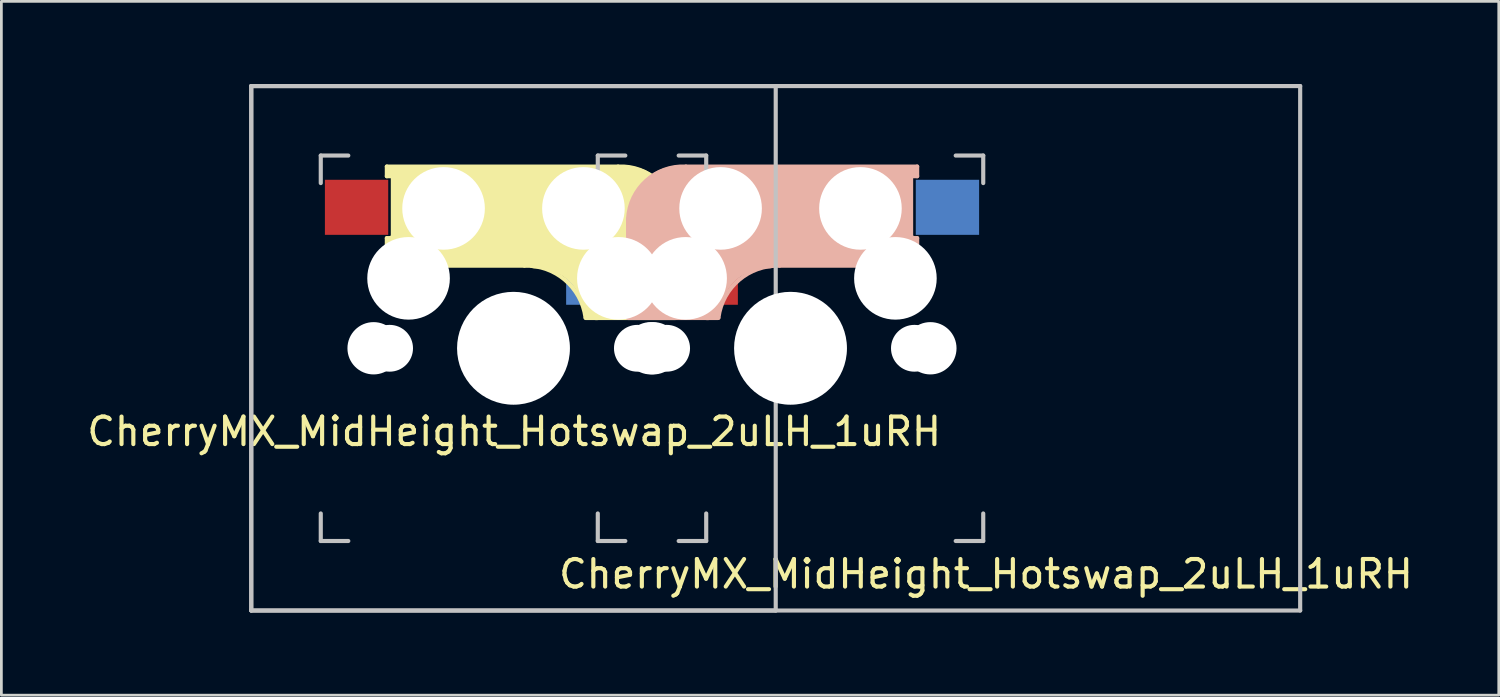
<source format=kicad_pcb>
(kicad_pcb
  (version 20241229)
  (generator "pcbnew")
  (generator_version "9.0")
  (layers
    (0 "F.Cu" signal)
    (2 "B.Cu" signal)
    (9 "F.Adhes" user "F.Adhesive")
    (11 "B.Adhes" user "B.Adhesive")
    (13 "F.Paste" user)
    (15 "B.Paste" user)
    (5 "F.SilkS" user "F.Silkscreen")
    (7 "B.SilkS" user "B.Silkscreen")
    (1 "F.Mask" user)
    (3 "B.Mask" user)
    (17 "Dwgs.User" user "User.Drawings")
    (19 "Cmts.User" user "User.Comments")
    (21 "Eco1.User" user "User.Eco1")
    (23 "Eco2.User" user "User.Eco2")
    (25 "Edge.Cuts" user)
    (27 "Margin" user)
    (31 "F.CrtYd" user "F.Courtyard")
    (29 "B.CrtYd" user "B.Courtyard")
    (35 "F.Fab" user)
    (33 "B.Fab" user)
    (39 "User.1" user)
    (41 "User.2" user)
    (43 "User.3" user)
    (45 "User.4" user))
  (footprint "CherryMX_MidHeight_Hotswap_2uLH_1uRH"
    (layer "F.Cu")
    (at 25.663 9.6)
    (property "Reference" "CherryMX_MidHeight_Hotswap_2uLH_1uRH" (at 7.1 8.2 0) (layer "F.SilkS") (effects (font (size 1 1) (thickness 0.15))))
    (attr through_hole)
    (fp_line (start -14.662 -6.6) (end -6.263 -6.6) (stroke (width 0.15) (type solid)) (layer "F.SilkS"))
    (fp_line (start -14.662 -6.25) (end -14.662 -6.6) (stroke (width 0.15) (type solid)) (layer "F.SilkS"))
    (fp_line (start -14.662 -4) (end -14.463 -4) (stroke (width 0.15) (type solid)) (layer "F.SilkS"))
    (fp_line (start -14.662 -3) (end -14.662 -4) (stroke (width 0.15) (type solid)) (layer "F.SilkS"))
    (fp_line (start -14.463 -6.4) (end -13.062 -6.4) (stroke (width 0.4) (type solid)) (layer "F.SilkS"))
    (fp_line (start -14.463 -6.25) (end -14.662 -6.25) (stroke (width 0.15) (type solid)) (layer "F.SilkS"))
    (fp_line (start -14.463 -3.9) (end -14.463 -3.2) (stroke (width 0.4) (type solid)) (layer "F.SilkS"))
    (fp_line (start -14.443 -4) (end -14.443 -6.25) (stroke (width 0.15) (type solid)) (layer "F.SilkS"))
    (fp_line (start -14.363 -3.3) (end -12.963 -3.3) (stroke (width 0.5) (type solid)) (layer "F.SilkS"))
    (fp_line (start -13.963 -6) (end -13.963 -3.5) (stroke (width 1) (type solid)) (layer "F.SilkS"))
    (fp_line (start -12.662 -4.8) (end -5.963 -4.8) (stroke (width 3.5) (type solid)) (layer "F.SilkS"))
    (fp_line (start -9.662 -3) (end -14.662 -3) (stroke (width 0.15) (type solid)) (layer "F.SilkS"))
    (fp_line (start -5.893 -5.1) (end -5.893 -2.86) (stroke (width 3) (type solid)) (layer "F.SilkS"))
    (fp_line (start -4.763 -1.6) (end -4.763 -3.4) (stroke (width 0.8) (type solid)) (layer "F.SilkS"))
    (fp_line (start -4.393 -3.7) (end -4.393 -1.46) (stroke (width 0.15) (type solid)) (layer "F.SilkS"))
    (fp_line (start -4.362 -1.46) (end -4.162 -1.46) (stroke (width 0.15) (type solid)) (layer "F.SilkS"))
    (fp_line (start -4.362 -1.3) (end -7.062 -1.3) (stroke (width 0.5) (type solid)) (layer "F.SilkS"))
    (fp_line (start -4.263 -3.8) (end -4.263 -4.7) (stroke (width 0.3) (type solid)) (layer "F.SilkS"))
    (fp_line (start -4.162 -4.7) (end -4.162 -3.7) (stroke (width 0.15) (type solid)) (layer "F.SilkS"))
    (fp_line (start -4.162 -3.7) (end -4.362 -3.7) (stroke (width 0.15) (type solid)) (layer "F.SilkS"))
    (fp_line (start -4.162 -1.1) (end -7.442 -1.1) (stroke (width 0.15) (type solid)) (layer "F.SilkS"))
    (fp_line (start -4.162 -1.1) (end -4.162 -1.46) (stroke (width 0.15) (type solid)) (layer "F.SilkS"))
    (fp_arc (start -9.6625 -3) (mid -8.193791 -2.486118) (end -7.446182 -1.121471) (stroke (width 0.15) (type solid)) (layer "F.SilkS"))
    (fp_arc (start -9.2625 -3.4) (mid -7.793791 -2.886118) (end -7.046182 -1.521471) (stroke (width 1) (type solid)) (layer "F.SilkS"))
    (fp_arc (start -6.2625 -6.600001) (mid -4.818996 -6.084925) (end -4.162499 -4.7) (stroke (width 0.15) (type solid)) (layer "F.SilkS"))
    (fp_line (start -5.9 -4.7) (end -5.9 -3.7) (stroke (width 0.15) (type solid)) (layer "B.SilkS"))
    (fp_line (start -5.9 -3.7) (end -5.7 -3.7) (stroke (width 0.15) (type solid)) (layer "B.SilkS"))
    (fp_line (start -5.9 -1.1) (end -5.9 -1.46) (stroke (width 0.15) (type solid)) (layer "B.SilkS"))
    (fp_line (start -5.9 -1.1) (end -2.62 -1.1) (stroke (width 0.15) (type solid)) (layer "B.SilkS"))
    (fp_line (start -5.8 -3.8) (end -5.8 -4.7) (stroke (width 0.3) (type solid)) (layer "B.SilkS"))
    (fp_line (start -5.7 -1.46) (end -5.9 -1.46) (stroke (width 0.15) (type solid)) (layer "B.SilkS"))
    (fp_line (start -5.7 -1.3) (end -3 -1.3) (stroke (width 0.5) (type solid)) (layer "B.SilkS"))
    (fp_line (start -5.67 -3.7) (end -5.67 -1.46) (stroke (width 0.15) (type solid)) (layer "B.SilkS"))
    (fp_line (start -5.3 -1.6) (end -5.3 -3.4) (stroke (width 0.8) (type solid)) (layer "B.SilkS"))
    (fp_line (start -4.17 -5.1) (end -4.17 -2.86) (stroke (width 3) (type solid)) (layer "B.SilkS"))
    (fp_line (start -0.4 -3) (end 4.6 -3) (stroke (width 0.15) (type solid)) (layer "B.SilkS"))
    (fp_line (start 2.6 -4.8) (end -4.1 -4.8) (stroke (width 3.5) (type solid)) (layer "B.SilkS"))
    (fp_line (start 3.9 -6) (end 3.9 -3.5) (stroke (width 1) (type solid)) (layer "B.SilkS"))
    (fp_line (start 4.3 -3.3) (end 2.9 -3.3) (stroke (width 0.5) (type solid)) (layer "B.SilkS"))
    (fp_line (start 4.38 -4) (end 4.38 -6.25) (stroke (width 0.15) (type solid)) (layer "B.SilkS"))
    (fp_line (start 4.4 -6.4) (end 3 -6.4) (stroke (width 0.4) (type solid)) (layer "B.SilkS"))
    (fp_line (start 4.4 -6.25) (end 4.6 -6.25) (stroke (width 0.15) (type solid)) (layer "B.SilkS"))
    (fp_line (start 4.4 -3.9) (end 4.4 -3.2) (stroke (width 0.4) (type solid)) (layer "B.SilkS"))
    (fp_line (start 4.6 -6.6) (end -3.8 -6.6) (stroke (width 0.15) (type solid)) (layer "B.SilkS"))
    (fp_line (start 4.6 -6.25) (end 4.6 -6.6) (stroke (width 0.15) (type solid)) (layer "B.SilkS"))
    (fp_line (start 4.6 -4) (end 4.4 -4) (stroke (width 0.15) (type solid)) (layer "B.SilkS"))
    (fp_line (start 4.6 -3) (end 4.6 -4) (stroke (width 0.15) (type solid)) (layer "B.SilkS"))
    (fp_arc (start -5.9 -4.699999) (mid -5.243504 -6.084924) (end -3.800001 -6.6) (stroke (width 0.15) (type solid)) (layer "B.SilkS"))
    (fp_arc (start -3.016318 -1.521471) (mid -2.268709 -2.886118) (end -0.8 -3.4) (stroke (width 1) (type solid)) (layer "B.SilkS"))
    (fp_arc (start -2.616318 -1.121471) (mid -1.868709 -2.486118) (end -0.4 -3) (stroke (width 0.15) (type solid)) (layer "B.SilkS"))
    (fp_line (start -19.587 -9.525) (end -0.537 -9.525) (stroke (width 0.15) (type solid)) (layer "Dwgs.User"))
    (fp_line (start -19.587 -9.525) (end 18.512 -9.525) (stroke (width 0.15) (type solid)) (layer "Dwgs.User"))
    (fp_line (start -19.587 9.525) (end -19.587 -9.525) (stroke (width 0.15) (type solid)) (layer "Dwgs.User"))
    (fp_line (start -19.587 9.525) (end -19.587 -9.525) (stroke (width 0.15) (type solid)) (layer "Dwgs.User"))
    (fp_line (start -17.062 -7) (end -16.062 -7) (stroke (width 0.15) (type solid)) (layer "Dwgs.User"))
    (fp_line (start -17.062 -6) (end -17.062 -7) (stroke (width 0.15) (type solid)) (layer "Dwgs.User"))
    (fp_line (start -17.062 6) (end -17.062 7) (stroke (width 0.15) (type solid)) (layer "Dwgs.User"))
    (fp_line (start -17.062 7) (end -16.062 7) (stroke (width 0.15) (type solid)) (layer "Dwgs.User"))
    (fp_line (start -7 -7) (end -6 -7) (stroke (width 0.15) (type solid)) (layer "Dwgs.User"))
    (fp_line (start -7 -6) (end -7 -7) (stroke (width 0.15) (type solid)) (layer "Dwgs.User"))
    (fp_line (start -7 6) (end -7 7) (stroke (width 0.15) (type solid)) (layer "Dwgs.User"))
    (fp_line (start -7 7) (end -6 7) (stroke (width 0.15) (type solid)) (layer "Dwgs.User"))
    (fp_line (start -4.062 7) (end -3.062 7) (stroke (width 0.15) (type solid)) (layer "Dwgs.User"))
    (fp_line (start -3.062 -7) (end -4.062 -7) (stroke (width 0.15) (type solid)) (layer "Dwgs.User"))
    (fp_line (start -3.062 -7) (end -3.062 -6) (stroke (width 0.15) (type solid)) (layer "Dwgs.User"))
    (fp_line (start -3.062 7) (end -3.062 6) (stroke (width 0.15) (type solid)) (layer "Dwgs.User"))
    (fp_line (start -0.537 -9.525) (end -0.537 9.525) (stroke (width 0.15) (type solid)) (layer "Dwgs.User"))
    (fp_line (start -0.537 9.525) (end -19.587 9.525) (stroke (width 0.15) (type solid)) (layer "Dwgs.User"))
    (fp_line (start 6 7) (end 7 7) (stroke (width 0.15) (type solid)) (layer "Dwgs.User"))
    (fp_line (start 7 -7) (end 6 -7) (stroke (width 0.15) (type solid)) (layer "Dwgs.User"))
    (fp_line (start 7 -7) (end 7 -6) (stroke (width 0.15) (type solid)) (layer "Dwgs.User"))
    (fp_line (start 7 7) (end 7 6) (stroke (width 0.15) (type solid)) (layer "Dwgs.User"))
    (fp_line (start 18.512 -9.525) (end 18.512 9.525) (stroke (width 0.15) (type solid)) (layer "Dwgs.User"))
    (fp_line (start 18.512 9.525) (end -19.587 9.525) (stroke (width 0.15) (type solid)) (layer "Dwgs.User"))
    (fp_text user "${REFERENCE}" (at -10.037 3.025 0) (layer "F.SilkS") (effects (font (size 1 1) (thickness 0.15))))
    (pad "" np_thru_hole circle (at -15.143 0) (size 1.9 1.9) (drill 1.9) (layers "*.Cu" "*.Mask"))
    (pad "" np_thru_hole circle (at -14.562 0) (size 1.7 1.7) (drill 1.7) (layers "*.Cu" "*.Mask"))
    (pad "" np_thru_hole circle (at -13.873 -2.54 180) (size 3 3) (drill 3) (layers "*.Cu" "*.Mask"))
    (pad "" np_thru_hole circle (at -12.602 -5.08 180) (size 3 3) (drill 3) (layers "*.Cu" "*.Mask"))
    (pad "" np_thru_hole circle (at -10.062 0 90) (size 4.1 4.1) (drill 4.1) (layers "*.Cu" "*.Mask"))
    (pad "" np_thru_hole circle (at -7.522 -5.08 180) (size 3 3) (drill 3) (layers "*.Cu" "*.Mask"))
    (pad "" np_thru_hole circle (at -6.253 -2.54 180) (size 3 3) (drill 3) (layers "*.Cu" "*.Mask"))
    (pad "" np_thru_hole circle (at -5.562 0) (size 1.7 1.7) (drill 1.7) (layers "*.Cu" "*.Mask"))
    (pad "" np_thru_hole circle (at -5.08 0) (size 1.9 1.9) (drill 1.9) (layers "*.Cu" "*.Mask"))
    (pad "" np_thru_hole circle (at -4.982 0) (size 1.9 1.9) (drill 1.9) (layers "*.Cu" "*.Mask"))
    (pad "" np_thru_hole circle (at -4.5 0) (size 1.7 1.7) (drill 1.7) (layers "*.Cu" "*.Mask"))
    (pad "" np_thru_hole circle (at -3.81 -2.54 180) (size 3 3) (drill 3) (layers "*.Cu" "*.Mask"))
    (pad "" np_thru_hole circle (at -2.54 -5.08 180) (size 3 3) (drill 3) (layers "*.Cu" "*.Mask"))
    (pad "" np_thru_hole circle (at 0 0 90) (size 4.1 4.1) (drill 4.1) (layers "*.Cu" "*.Mask"))
    (pad "" np_thru_hole circle (at 2.54 -5.08 180) (size 3 3) (drill 3) (layers "*.Cu" "*.Mask"))
    (pad "" np_thru_hole circle (at 3.81 -2.54 180) (size 3 3) (drill 3) (layers "*.Cu" "*.Mask"))
    (pad "" np_thru_hole circle (at 4.5 0) (size 1.7 1.7) (drill 1.7) (layers "*.Cu" "*.Mask"))
    (pad "" np_thru_hole circle (at 5.08 0) (size 1.9 1.9) (drill 1.9) (layers "*.Cu" "*.Mask"))
    (pad "1" smd rect (at -7 -2.58 180) (size 2.3 2) (layers "B.Cu" "B.Mask" "B.Paste"))
    (pad "1" smd rect (at -3.062 -2.58 180) (size 2.3 2) (layers "F.Cu" "F.Mask" "F.Paste"))
    (pad "2" smd rect (at -15.762 -5.12 180) (size 2.3 2) (layers "F.Cu" "F.Mask" "F.Paste"))
    (pad "2" smd rect (at 5.7 -5.12 180) (size 2.3 2) (layers "B.Cu" "B.Mask" "B.Paste")))
  (gr_rect
    (start -3 -3)
    (end 51.388 22.2)
    (stroke (width 0.1) (type default))
    (fill no)
    (layer "Edge.Cuts")))
</source>
